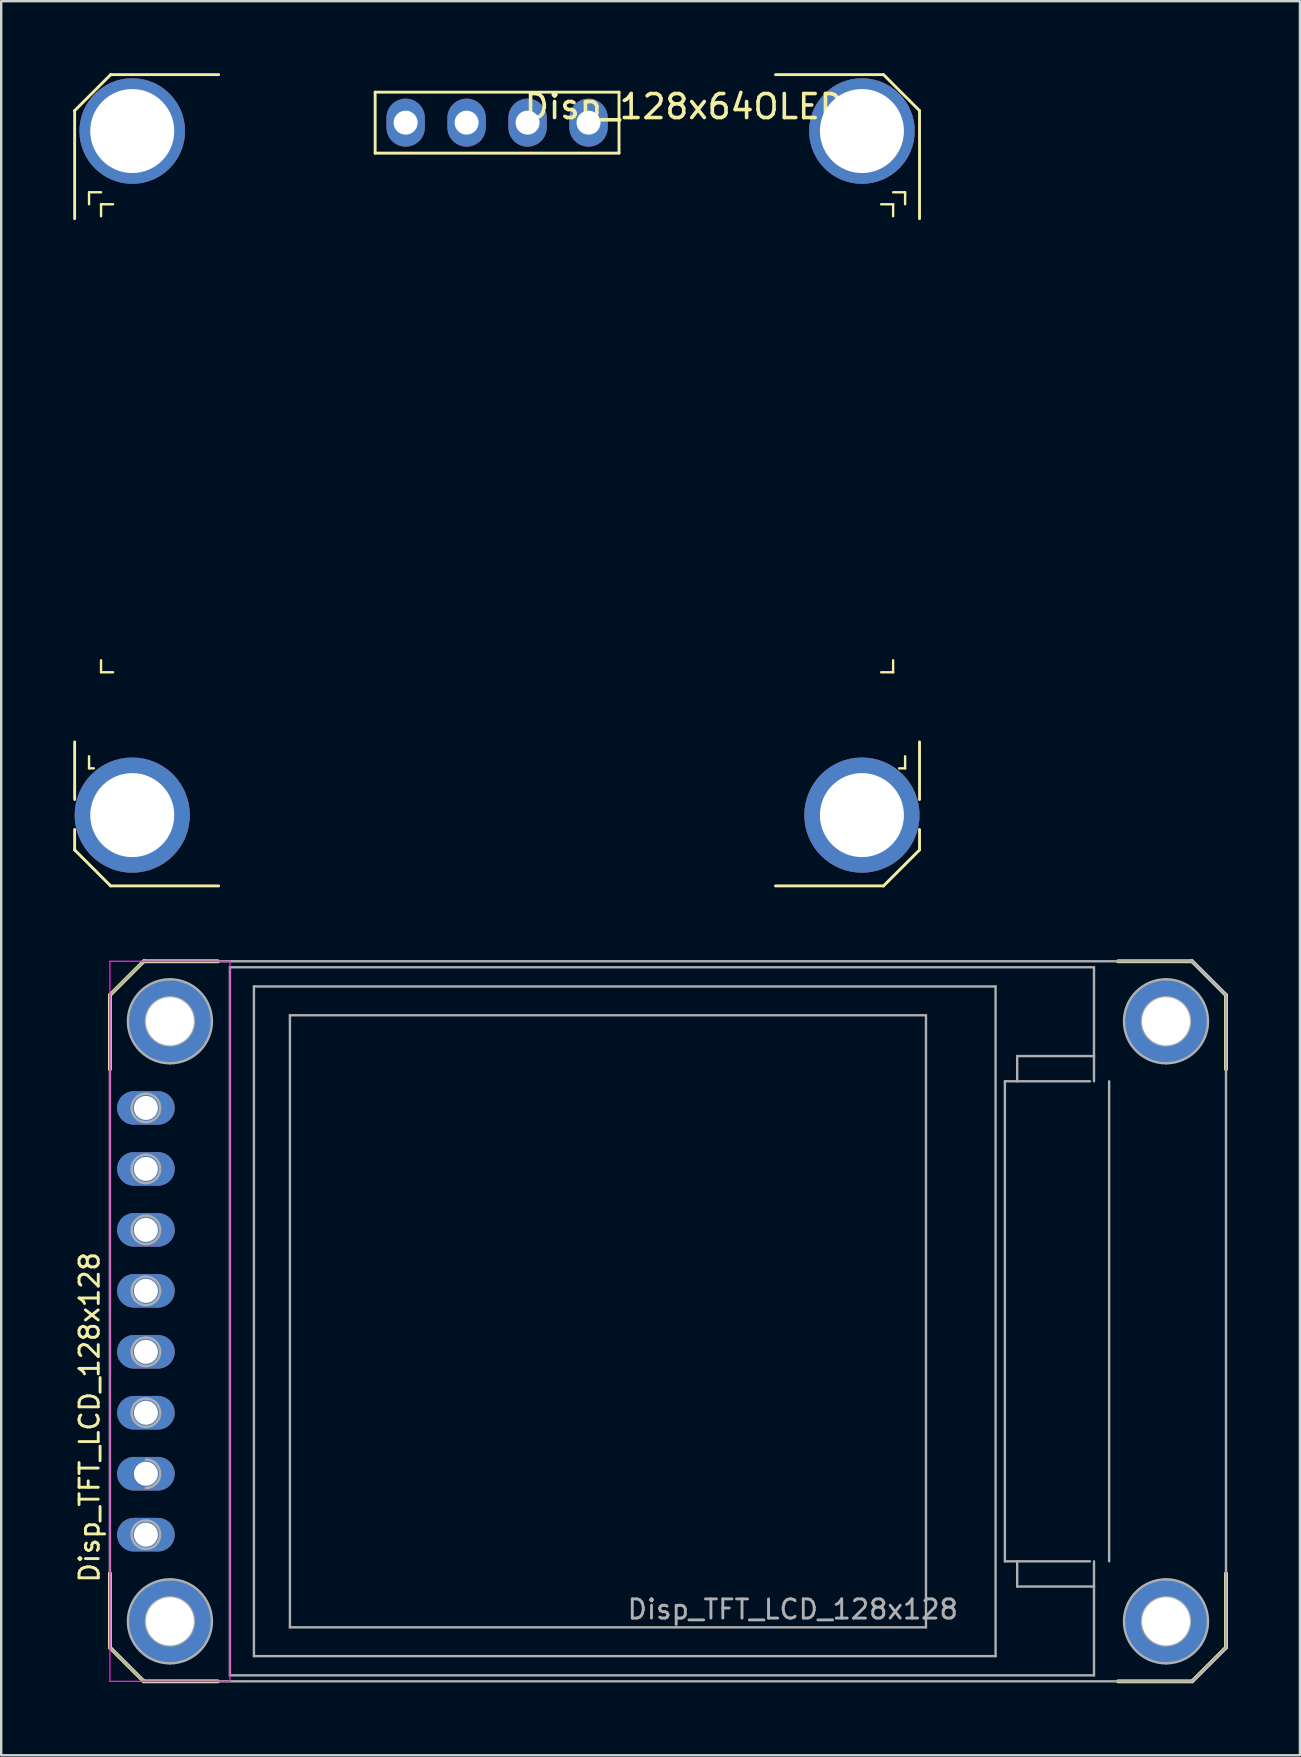
<source format=kicad_pcb>
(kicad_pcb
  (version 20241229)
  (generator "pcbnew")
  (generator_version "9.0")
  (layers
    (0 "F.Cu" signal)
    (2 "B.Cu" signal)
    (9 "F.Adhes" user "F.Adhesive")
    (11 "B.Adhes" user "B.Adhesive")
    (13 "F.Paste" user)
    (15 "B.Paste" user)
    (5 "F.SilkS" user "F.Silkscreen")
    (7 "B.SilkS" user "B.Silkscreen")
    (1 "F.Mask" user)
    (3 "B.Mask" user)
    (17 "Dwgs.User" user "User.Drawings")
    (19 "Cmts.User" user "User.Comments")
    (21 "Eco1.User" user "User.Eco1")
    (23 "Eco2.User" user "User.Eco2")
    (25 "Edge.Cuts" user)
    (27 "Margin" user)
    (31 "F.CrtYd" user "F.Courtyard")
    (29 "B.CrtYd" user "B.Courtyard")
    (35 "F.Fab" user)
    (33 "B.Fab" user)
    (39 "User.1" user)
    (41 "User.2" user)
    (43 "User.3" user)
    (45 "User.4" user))
  (footprint "Disp_TFT_LCD_128x128"
    (layer "F.Cu")
    (at 24.529 52)
    (property "Reference" "Disp_TFT_LCD_128x128" (at -23.85 4 270) (layer "F.SilkS") (effects (font (size 0.8 0.8) (thickness 0.12))))
    (attr through_hole)
    (fp_line (start -23 -13.59) (end -23 -10.5) (stroke (width 0.16) (type solid)) (layer "F.SilkS"))
    (fp_line (start -23 13.59) (end -23 10.5) (stroke (width 0.16) (type solid)) (layer "F.SilkS"))
    (fp_line (start -23 13.59) (end -21.59 15) (stroke (width 0.16) (type solid)) (layer "F.SilkS"))
    (fp_line (start -21.59 -15) (end -23 -13.59) (stroke (width 0.16) (type solid)) (layer "F.SilkS"))
    (fp_line (start -21.59 -15) (end -18.5 -15) (stroke (width 0.16) (type solid)) (layer "F.SilkS"))
    (fp_line (start -21.59 15) (end -18.5 15) (stroke (width 0.16) (type solid)) (layer "F.SilkS"))
    (fp_line (start 19 -15) (end 22.09 -15) (stroke (width 0.16) (type solid)) (layer "F.SilkS"))
    (fp_line (start 19 15) (end 22.09 15) (stroke (width 0.16) (type solid)) (layer "F.SilkS"))
    (fp_line (start 22.09 15) (end 23.5 13.59) (stroke (width 0.16) (type solid)) (layer "F.SilkS"))
    (fp_line (start 23.5 -13.59) (end 22.09 -15) (stroke (width 0.16) (type solid)) (layer "F.SilkS"))
    (fp_line (start 23.5 -10.5) (end 23.5 -13.59) (stroke (width 0.16) (type solid)) (layer "F.SilkS"))
    (fp_line (start 23.5 10.5) (end 23.5 13.59) (stroke (width 0.16) (type solid)) (layer "F.SilkS"))
    (fp_line (start -23 -15) (end -23 15) (stroke (width 0.05) (type solid)) (layer "F.CrtYd"))
    (fp_line (start -23 15) (end -18 15) (stroke (width 0.05) (type solid)) (layer "F.CrtYd"))
    (fp_line (start -18 -15) (end -23 -15) (stroke (width 0.05) (type solid)) (layer "F.CrtYd"))
    (fp_line (start -18 15) (end -18 -15) (stroke (width 0.05) (type solid)) (layer "F.CrtYd"))
    (fp_line (start -23 -13.59) (end -23 13.59) (stroke (width 0.1) (type solid)) (layer "F.Fab"))
    (fp_line (start -23 13.59) (end -21.59 15) (stroke (width 0.1) (type solid)) (layer "F.Fab"))
    (fp_line (start -21.59 -15) (end -23 -13.59) (stroke (width 0.1) (type solid)) (layer "F.Fab"))
    (fp_line (start -21.59 15) (end 22.09 15) (stroke (width 0.1) (type solid)) (layer "F.Fab"))
    (fp_line (start -18 -14.75) (end -18 14.75) (stroke (width 0.1) (type solid)) (layer "F.Fab"))
    (fp_line (start -18 14.75) (end 18 14.75) (stroke (width 0.1) (type solid)) (layer "F.Fab"))
    (fp_line (start -17 -13.95) (end -17 13.95) (stroke (width 0.1) (type solid)) (layer "F.Fab"))
    (fp_line (start -17 13.95) (end 13.9 13.95) (stroke (width 0.1) (type solid)) (layer "F.Fab"))
    (fp_line (start -15.5 -12.75) (end 11 -12.75) (stroke (width 0.1) (type solid)) (layer "F.Fab"))
    (fp_line (start -15.5 12.75) (end -15.5 -12.75) (stroke (width 0.1) (type solid)) (layer "F.Fab"))
    (fp_line (start 11 -12.75) (end 11 12.75) (stroke (width 0.1) (type solid)) (layer "F.Fab"))
    (fp_line (start 11 12.75) (end -15.5 12.75) (stroke (width 0.1) (type solid)) (layer "F.Fab"))
    (fp_line (start 13.9 -13.95) (end -17 -13.95) (stroke (width 0.1) (type solid)) (layer "F.Fab"))
    (fp_line (start 13.9 13.95) (end 13.9 -13.95) (stroke (width 0.1) (type solid)) (layer "F.Fab"))
    (fp_line (start 14.288 -10) (end 14.288 10) (stroke (width 0.1) (type solid)) (layer "F.Fab"))
    (fp_line (start 14.288 10) (end 17.831 10) (stroke (width 0.1) (type solid)) (layer "F.Fab"))
    (fp_line (start 14.8 -10) (end 14.8 -11.05) (stroke (width 0.1) (type solid)) (layer "F.Fab"))
    (fp_line (start 14.8 11.05) (end 14.8 10) (stroke (width 0.1) (type solid)) (layer "F.Fab"))
    (fp_line (start 14.8 11.05) (end 18 11.05) (stroke (width 0.1) (type solid)) (layer "F.Fab"))
    (fp_line (start 17.831 -10) (end 14.288 -10) (stroke (width 0.1) (type solid)) (layer "F.Fab"))
    (fp_line (start 18 -14.75) (end -18 -14.75) (stroke (width 0.1) (type solid)) (layer "F.Fab"))
    (fp_line (start 18 -11.05) (end 14.8 -11.05) (stroke (width 0.1) (type solid)) (layer "F.Fab"))
    (fp_line (start 18 -11.05) (end 18 -14.75) (stroke (width 0.1) (type solid)) (layer "F.Fab"))
    (fp_line (start 18 -10) (end 18 -11.05) (stroke (width 0.1) (type solid)) (layer "F.Fab"))
    (fp_line (start 18 11.05) (end 18 10) (stroke (width 0.1) (type solid)) (layer "F.Fab"))
    (fp_line (start 18 14.75) (end 18 11.05) (stroke (width 0.1) (type solid)) (layer "F.Fab"))
    (fp_line (start 18.631 -10) (end 18.631 10) (stroke (width 0.1) (type solid)) (layer "F.Fab"))
    (fp_line (start 22.09 -15) (end -21.59 -15) (stroke (width 0.1) (type solid)) (layer "F.Fab"))
    (fp_line (start 22.09 15) (end 23.5 13.59) (stroke (width 0.1) (type solid)) (layer "F.Fab"))
    (fp_line (start 23.5 -13.59) (end 22.09 -15) (stroke (width 0.1) (type solid)) (layer "F.Fab"))
    (fp_line (start 23.5 13.59) (end 23.5 -13.59) (stroke (width 0.1) (type solid)) (layer "F.Fab"))
    (fp_arc (start -21.5 -9.48415) (mid -20.90585 -8.89) (end -21.5 -8.29585) (stroke (width 0.1) (type solid)) (layer "F.Fab"))
    (fp_arc (start -21.5 -8.29585) (mid -22.09415 -8.89) (end -21.5 -9.48415) (stroke (width 0.1) (type solid)) (layer "F.Fab"))
    (fp_arc (start -21.5 -6.94415) (mid -20.90585 -6.35) (end -21.5 -5.75585) (stroke (width 0.1) (type solid)) (layer "F.Fab"))
    (fp_arc (start -21.5 -5.75585) (mid -22.09415 -6.35) (end -21.5 -6.94415) (stroke (width 0.1) (type solid)) (layer "F.Fab"))
    (fp_arc (start -21.5 -4.40415) (mid -20.90585 -3.81) (end -21.5 -3.21585) (stroke (width 0.1) (type solid)) (layer "F.Fab"))
    (fp_arc (start -21.5 -3.21585) (mid -22.09415 -3.81) (end -21.5 -4.40415) (stroke (width 0.1) (type solid)) (layer "F.Fab"))
    (fp_arc (start -21.5 -1.86415) (mid -20.90585 -1.27) (end -21.5 -0.67585) (stroke (width 0.1) (type solid)) (layer "F.Fab"))
    (fp_arc (start -21.5 -0.67585) (mid -22.09415 -1.27) (end -21.5 -1.86415) (stroke (width 0.1) (type solid)) (layer "F.Fab"))
    (fp_arc (start -21.5 0.67585) (mid -20.90585 1.27) (end -21.5 1.86415) (stroke (width 0.1) (type solid)) (layer "F.Fab"))
    (fp_arc (start -21.5 1.86415) (mid -22.09415 1.27) (end -21.5 0.67585) (stroke (width 0.1) (type solid)) (layer "F.Fab"))
    (fp_arc (start -21.5 3.21585) (mid -20.90585 3.81) (end -21.5 4.40415) (stroke (width 0.1) (type solid)) (layer "F.Fab"))
    (fp_arc (start -21.5 4.40415) (mid -22.09415 3.81) (end -21.5 3.21585) (stroke (width 0.1) (type solid)) (layer "F.Fab"))
    (fp_arc (start -21.5 5.75585) (mid -20.90585 6.35) (end -21.5 6.94415) (stroke (width 0.1) (type solid)) (layer "F.Fab"))
    (fp_arc (start -21.5 8.29585) (mid -20.90585 8.89) (end -21.5 9.48415) (stroke (width 0.1) (type solid)) (layer "F.Fab"))
    (fp_arc (start -21.5 9.48415) (mid -22.09415 8.89) (end -21.5 8.29585) (stroke (width 0.1) (type solid)) (layer "F.Fab"))
    (fp_arc (start -20.5 -14.25) (mid -18.75 -12.5) (end -20.5 -10.75) (stroke (width 0.1) (type solid)) (layer "F.Fab"))
    (fp_arc (start -20.5 -13.5) (mid -19.5 -12.5) (end -20.5 -11.5) (stroke (width 0.1) (type solid)) (layer "F.Fab"))
    (fp_arc (start -20.5 -11.5) (mid -21.5 -12.5) (end -20.5 -13.5) (stroke (width 0.1) (type solid)) (layer "F.Fab"))
    (fp_arc (start -20.5 -10.75) (mid -22.25 -12.5) (end -20.5 -14.25) (stroke (width 0.1) (type solid)) (layer "F.Fab"))
    (fp_arc (start -20.5 10.75) (mid -18.75 12.5) (end -20.5 14.25) (stroke (width 0.1) (type solid)) (layer "F.Fab"))
    (fp_arc (start -20.5 11.5) (mid -19.5 12.5) (end -20.5 13.5) (stroke (width 0.1) (type solid)) (layer "F.Fab"))
    (fp_arc (start -20.5 13.5) (mid -21.5 12.5) (end -20.5 11.5) (stroke (width 0.1) (type solid)) (layer "F.Fab"))
    (fp_arc (start -20.5 14.25) (mid -22.25 12.5) (end -20.5 10.75) (stroke (width 0.1) (type solid)) (layer "F.Fab"))
    (fp_arc (start 21 -14.25) (mid 22.75 -12.5) (end 21 -10.75) (stroke (width 0.1) (type solid)) (layer "F.Fab"))
    (fp_arc (start 21 -13.5) (mid 22 -12.5) (end 21 -11.5) (stroke (width 0.1) (type solid)) (layer "F.Fab"))
    (fp_arc (start 21 -11.5) (mid 20 -12.5) (end 21 -13.5) (stroke (width 0.1) (type solid)) (layer "F.Fab"))
    (fp_arc (start 21 -10.75) (mid 19.25 -12.5) (end 21 -14.25) (stroke (width 0.1) (type solid)) (layer "F.Fab"))
    (fp_arc (start 21 10.75) (mid 22.75 12.5) (end 21 14.25) (stroke (width 0.1) (type solid)) (layer "F.Fab"))
    (fp_arc (start 21 11.5) (mid 22 12.5) (end 21 13.5) (stroke (width 0.1) (type solid)) (layer "F.Fab"))
    (fp_arc (start 21 13.5) (mid 20 12.5) (end 21 11.5) (stroke (width 0.1) (type solid)) (layer "F.Fab"))
    (fp_arc (start 21 14.25) (mid 19.25 12.5) (end 21 10.75) (stroke (width 0.1) (type solid)) (layer "F.Fab"))
    (fp_text user "${REFERENCE}" (at 5.45 12 180) (layer "F.Fab") (effects (font (size 0.8 0.8) (thickness 0.12))))
    (pad "" thru_hole circle (at -20.5 -12.5) (size 3.5 3.5) (drill 2) (layers "*.Cu" "*.Mask"))
    (pad "" thru_hole circle (at -20.5 12.5) (size 3.5 3.5) (drill 2) (layers "*.Cu" "*.Mask"))
    (pad "" thru_hole circle (at 21 -12.5) (size 3.5 3.5) (drill 2) (layers "*.Cu" "*.Mask"))
    (pad "" thru_hole circle (at 21 12.5) (size 3.5 3.5) (drill 2) (layers "*.Cu" "*.Mask"))
    (pad "1" thru_hole oval (at -21.5 -8.89) (size 2.4 1.4) (drill 1) (layers "*.Cu" "*.Mask"))
    (pad "2" thru_hole oval (at -21.5 -6.35) (size 2.4 1.4) (drill 1) (layers "*.Cu" "*.Mask"))
    (pad "3" thru_hole oval (at -21.5 -3.81) (size 2.4 1.4) (drill 1) (layers "*.Cu" "*.Mask"))
    (pad "4" thru_hole oval (at -21.5 -1.27) (size 2.4 1.4) (drill 1) (layers "*.Cu" "*.Mask"))
    (pad "5" thru_hole oval (at -21.5 1.27) (size 2.4 1.4) (drill 1) (layers "*.Cu" "*.Mask"))
    (pad "6" thru_hole oval (at -21.5 3.81) (size 2.4 1.4) (drill 1) (layers "*.Cu" "*.Mask"))
    (pad "7" thru_hole oval (at -21.5 6.35) (size 2.4 1.4) (drill 1) (layers "*.Cu" "*.Mask"))
    (pad "8" thru_hole oval (at -21.5 8.89) (size 2.4 1.4) (drill 1) (layers "*.Cu" "*.Mask")))
  (footprint "Disp_128x64OLED"
    (layer "F.Cu")
    (at 17.66 16.96)
    (property "Reference" "Disp_128x64OLED" (at 7.8 -15.568 0) (layer "F.SilkS") (effects (font (size 1 1) (thickness 0.15))))
    (attr through_hole)
    (fp_line (start -17.6 -15.4) (end -17.6 -10.9) (stroke (width 0.12) (type solid)) (layer "F.SilkS"))
    (fp_line (start -17.6 13.3) (end -17.6 10.9) (stroke (width 0.12) (type solid)) (layer "F.SilkS"))
    (fp_line (start -17.6 15.4) (end -17.6 14.55) (stroke (width 0.12) (type solid)) (layer "F.SilkS"))
    (fp_line (start -17.6 15.4) (end -16.1 16.9) (stroke (width 0.12) (type solid)) (layer "F.SilkS"))
    (fp_line (start -17 -12) (end -17 -11.5) (stroke (width 0.1) (type default)) (layer "F.SilkS"))
    (fp_line (start -17 -12) (end -16.5 -12) (stroke (width 0.1) (type default)) (layer "F.SilkS"))
    (fp_line (start -17 12) (end -17 11.5) (stroke (width 0.1) (type default)) (layer "F.SilkS"))
    (fp_line (start -17 12) (end -16.8 12) (stroke (width 0.1) (type default)) (layer "F.SilkS"))
    (fp_line (start -16.5 -11.5) (end -16.5 -11) (stroke (width 0.1) (type default)) (layer "F.SilkS"))
    (fp_line (start -16.5 -11.5) (end -16 -11.5) (stroke (width 0.1) (type default)) (layer "F.SilkS"))
    (fp_line (start -16.5 8) (end -16.5 7.5) (stroke (width 0.1) (type default)) (layer "F.SilkS"))
    (fp_line (start -16.5 8) (end -16 8) (stroke (width 0.1) (type default)) (layer "F.SilkS"))
    (fp_line (start -16.1 -16.9) (end -17.6 -15.4) (stroke (width 0.12) (type solid)) (layer "F.SilkS"))
    (fp_line (start -16.1 -16.9) (end -11.6 -16.9) (stroke (width 0.12) (type solid)) (layer "F.SilkS"))
    (fp_line (start -16.1 16.9) (end -11.6 16.9) (stroke (width 0.12) (type solid)) (layer "F.SilkS"))
    (fp_line (start -5.08 -16.17) (end -5.08 -13.63) (stroke (width 0.12) (type solid)) (layer "F.SilkS"))
    (fp_line (start 5.08 -16.17) (end -5.08 -16.17) (stroke (width 0.12) (type solid)) (layer "F.SilkS"))
    (fp_line (start 5.08 -16.17) (end 5.08 -13.63) (stroke (width 0.12) (type solid)) (layer "F.SilkS"))
    (fp_line (start 5.08 -13.63) (end -5.08 -13.63) (stroke (width 0.12) (type solid)) (layer "F.SilkS"))
    (fp_line (start 16.1 -16.9) (end 11.6 -16.9) (stroke (width 0.12) (type solid)) (layer "F.SilkS"))
    (fp_line (start 16.1 -16.9) (end 17.6 -15.4) (stroke (width 0.12) (type solid)) (layer "F.SilkS"))
    (fp_line (start 16.1 16.9) (end 11.6 16.9) (stroke (width 0.12) (type solid)) (layer "F.SilkS"))
    (fp_line (start 16.5 -11.5) (end 16 -11.5) (stroke (width 0.1) (type default)) (layer "F.SilkS"))
    (fp_line (start 16.5 -11.5) (end 16.5 -11) (stroke (width 0.1) (type default)) (layer "F.SilkS"))
    (fp_line (start 16.5 7.5) (end 16.5 8) (stroke (width 0.1) (type default)) (layer "F.SilkS"))
    (fp_line (start 16.5 8) (end 16 8) (stroke (width 0.1) (type default)) (layer "F.SilkS"))
    (fp_line (start 17 -12) (end 16.5 -12) (stroke (width 0.1) (type default)) (layer "F.SilkS"))
    (fp_line (start 17 -12) (end 17 -11.5) (stroke (width 0.1) (type default)) (layer "F.SilkS"))
    (fp_line (start 17 12) (end 16.75 12) (stroke (width 0.1) (type default)) (layer "F.SilkS"))
    (fp_line (start 17 12) (end 17 11.5) (stroke (width 0.1) (type default)) (layer "F.SilkS"))
    (fp_line (start 17.6 -15.4) (end 17.6 -10.9) (stroke (width 0.12) (type solid)) (layer "F.SilkS"))
    (fp_line (start 17.6 13.3) (end 17.6 10.9) (stroke (width 0.12) (type solid)) (layer "F.SilkS"))
    (fp_line (start 17.6 15.4) (end 16.1 16.9) (stroke (width 0.12) (type solid)) (layer "F.SilkS"))
    (fp_line (start 17.6 15.4) (end 17.6 14.55) (stroke (width 0.12) (type solid)) (layer "F.SilkS"))
    (pad "" thru_hole circle (at -15.2 -14.55 90) (size 4.4 4.4) (drill 3.5) (layers "*.Cu" "*.Mask"))
    (pad "" thru_hole circle (at -15.2 13.95 90) (size 4.8 4.8) (drill 3.5) (layers "*.Cu" "*.Mask"))
    (pad "" thru_hole circle (at 15.2 -14.55 90) (size 4.4 4.4) (drill 3.5) (layers "*.Cu" "*.Mask"))
    (pad "" thru_hole circle (at 15.2 13.95 90) (size 4.8 4.8) (drill 3.5) (layers "*.Cu" "*.Mask"))
    (pad "1" thru_hole oval (at -3.81 -14.9 90) (size 2 1.6) (drill 1) (layers "*.Cu" "*.Mask"))
    (pad "2" thru_hole oval (at -1.27 -14.9 90) (size 2 1.6) (drill 1) (layers "*.Cu" "*.Mask"))
    (pad "3" thru_hole oval (at 1.27 -14.9 90) (size 2 1.6) (drill 1) (layers "*.Cu" "*.Mask"))
    (pad "4" thru_hole oval (at 3.81 -14.9 90) (size 2 1.6) (drill 1) (layers "*.Cu" "*.Mask")))
  (gr_rect
    (start -3 -3)
    (end 51.109 70.08)
    (stroke (width 0.1) (type default))
    (fill no)
    (layer "Edge.Cuts")))
</source>
